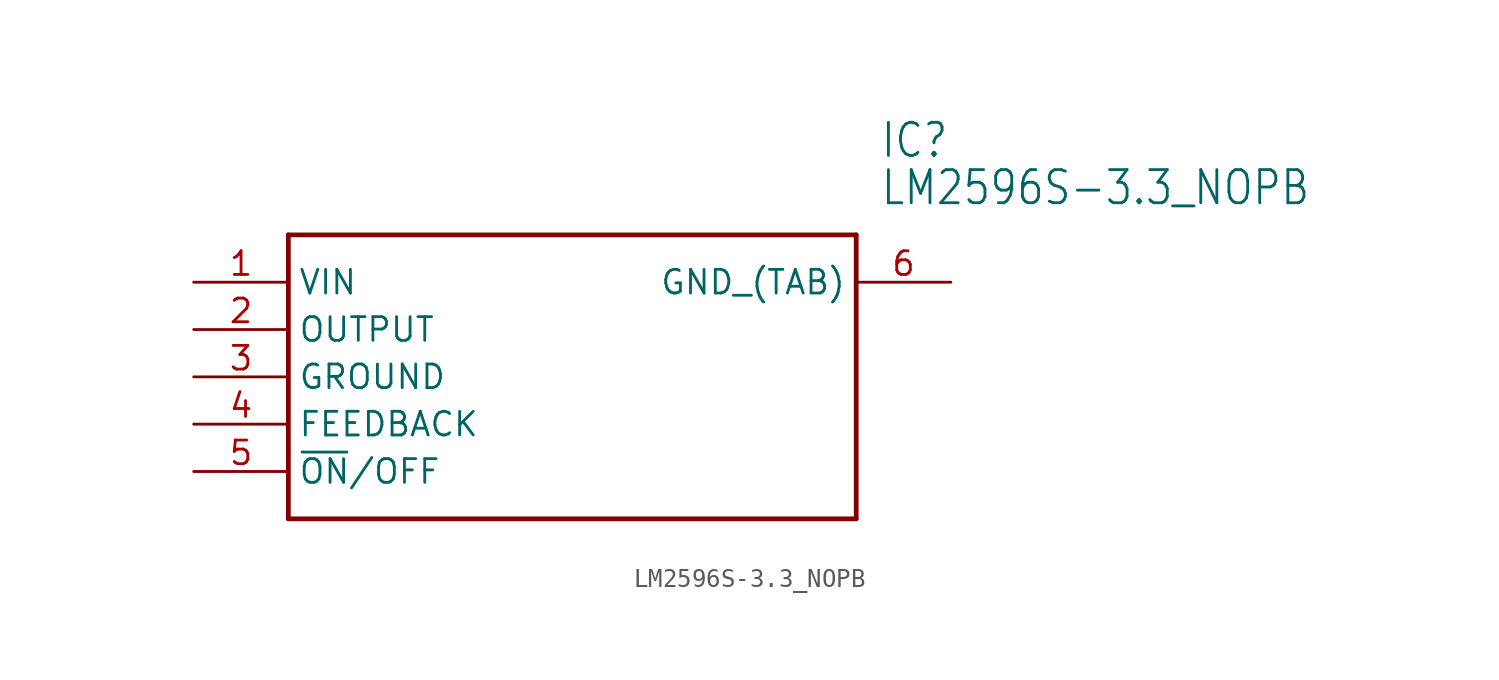
<source format=kicad_sym>
(kicad_symbol_lib
  (version 20211014)
  (generator kicad_symbol_editor)
  (symbol "LM2596S-3.3_NOPB"
    (property "Reference" "IC"
      (at 36.83 7.62 0)
      (effects (font (size 1.778 1.511)) (justify left)))
    (property "Value" "LM2596S-3.3_NOPB"
      (at 36.83 5.08 0)
      (effects (font (size 1.778 1.511)) (justify left)))
    (property "ki_locked" ""
      (at 0 0 0)
      (effects (font (size 1.27 1.27))))
    (symbol "LM2596S-3.3_NOPB_1_0"
      (polyline (pts (xy 5.08 2.54) (xy 5.08 -12.7)) (stroke (width 0.254) (type default) (color 0 0 0 0)) (fill (type none)))
      (polyline (pts (xy 5.08 2.54) (xy 35.56 2.54)) (stroke (width 0.254) (type default) (color 0 0 0 0)) (fill (type none)))
      (polyline (pts (xy 35.56 -12.7) (xy 5.08 -12.7)) (stroke (width 0.254) (type default) (color 0 0 0 0)) (fill (type none)))
      (polyline (pts (xy 35.56 -12.7) (xy 35.56 2.54)) (stroke (width 0.254) (type default) (color 0 0 0 0)) (fill (type none)))
      (pin input line (at 0 0 0) (length 5.08) (name "VIN" (effects (font (size 1.27 1.27)))) (number "1" (effects (font (size 1.27 1.27)))))
      (pin output line (at 0 -2.54 0) (length 5.08) (name "OUTPUT" (effects (font (size 1.27 1.27)))) (number "2" (effects (font (size 1.27 1.27)))))
      (pin bidirectional line (at 0 -5.08 0) (length 5.08) (name "GROUND" (effects (font (size 1.27 1.27)))) (number "3" (effects (font (size 1.27 1.27)))))
      (pin bidirectional line (at 0 -7.62 0) (length 5.08) (name "FEEDBACK" (effects (font (size 1.27 1.27)))) (number "4" (effects (font (size 1.27 1.27)))))
      (pin bidirectional line (at 0 -10.16 0) (length 5.08) (name "~{ON}/OFF" (effects (font (size 1.27 1.27)))) (number "5" (effects (font (size 1.27 1.27)))))
      (pin power_in line (at 40.64 0 180) (length 5.08) (name "GND_(TAB)" (effects (font (size 1.27 1.27)))) (number "6" (effects (font (size 1.27 1.27))))))))
</source>
